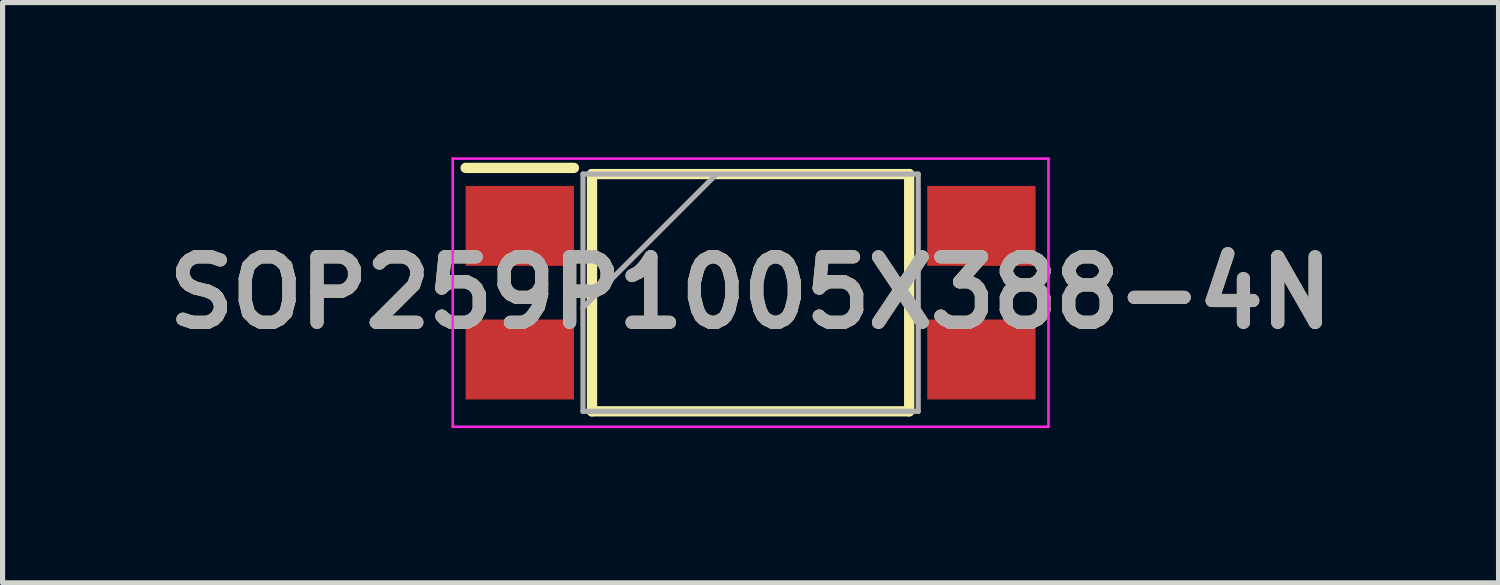
<source format=kicad_pcb>
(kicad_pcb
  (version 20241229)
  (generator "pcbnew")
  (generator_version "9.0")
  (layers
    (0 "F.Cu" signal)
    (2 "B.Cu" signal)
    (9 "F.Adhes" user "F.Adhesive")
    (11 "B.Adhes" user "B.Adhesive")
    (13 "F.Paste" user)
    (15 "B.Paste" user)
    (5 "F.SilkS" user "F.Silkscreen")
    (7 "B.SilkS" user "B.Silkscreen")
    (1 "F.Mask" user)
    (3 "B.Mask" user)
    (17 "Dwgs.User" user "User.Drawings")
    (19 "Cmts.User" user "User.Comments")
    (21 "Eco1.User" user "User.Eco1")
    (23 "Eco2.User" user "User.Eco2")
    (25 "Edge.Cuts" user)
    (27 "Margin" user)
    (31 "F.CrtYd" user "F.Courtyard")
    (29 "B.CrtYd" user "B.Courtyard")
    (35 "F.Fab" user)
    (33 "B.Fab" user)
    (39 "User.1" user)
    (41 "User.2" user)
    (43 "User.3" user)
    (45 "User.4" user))
  (footprint "SOP259P1005X388-4N"
    (layer "F.Cu")
    (at 11.503 2.625)
    (property "Reference" "SOP259P1005X388-4N" (at 0 0 0) (layer "F.SilkS") (effects (font (size 1.27 1.27) (thickness 0.254))))
    (attr smd)
    (fp_line (start -5.525 -2.42) (end -3.425 -2.42) (stroke (width 0.2) (type solid)) (layer "F.SilkS"))
    (fp_line (start -3.075 -2.3) (end 3.075 -2.3) (stroke (width 0.2) (type solid)) (layer "F.SilkS"))
    (fp_line (start -3.075 2.3) (end -3.075 -2.3) (stroke (width 0.2) (type solid)) (layer "F.SilkS"))
    (fp_line (start 3.075 -2.3) (end 3.075 2.3) (stroke (width 0.2) (type solid)) (layer "F.SilkS"))
    (fp_line (start 3.075 2.3) (end -3.075 2.3) (stroke (width 0.2) (type solid)) (layer "F.SilkS"))
    (fp_line (start -5.775 -2.6) (end 5.775 -2.6) (stroke (width 0.05) (type solid)) (layer "F.CrtYd"))
    (fp_line (start -5.775 2.6) (end -5.775 -2.6) (stroke (width 0.05) (type solid)) (layer "F.CrtYd"))
    (fp_line (start 5.775 -2.6) (end 5.775 2.6) (stroke (width 0.05) (type solid)) (layer "F.CrtYd"))
    (fp_line (start 5.775 2.6) (end -5.775 2.6) (stroke (width 0.05) (type solid)) (layer "F.CrtYd"))
    (fp_line (start -3.25 -2.3) (end 3.25 -2.3) (stroke (width 0.1) (type solid)) (layer "F.Fab"))
    (fp_line (start -3.25 0.29) (end -0.66 -2.3) (stroke (width 0.1) (type solid)) (layer "F.Fab"))
    (fp_line (start -3.25 2.3) (end -3.25 -2.3) (stroke (width 0.1) (type solid)) (layer "F.Fab"))
    (fp_line (start 3.25 -2.3) (end 3.25 2.3) (stroke (width 0.1) (type solid)) (layer "F.Fab"))
    (fp_line (start 3.25 2.3) (end -3.25 2.3) (stroke (width 0.1) (type solid)) (layer "F.Fab"))
    (fp_text user "${REFERENCE}" (at 0 0 0) (layer "F.Fab") (effects (font (size 1.27 1.27) (thickness 0.254))))
    (pad "1" smd rect (at -4.475 -1.295 90) (size 1.55 2.1) (layers "F.Cu" "F.Mask" "F.Paste"))
    (pad "2" smd rect (at -4.475 1.295 90) (size 1.55 2.1) (layers "F.Cu" "F.Mask" "F.Paste"))
    (pad "3" smd rect (at 4.475 1.295 90) (size 1.55 2.1) (layers "F.Cu" "F.Mask" "F.Paste"))
    (pad "4" smd rect (at 4.475 -1.295 90) (size 1.55 2.1) (layers "F.Cu" "F.Mask" "F.Paste")))
  (gr_rect
    (start -3 -3)
    (end 26.005 8.25)
    (stroke (width 0.1) (type default))
    (fill no)
    (layer "Edge.Cuts")))
</source>
